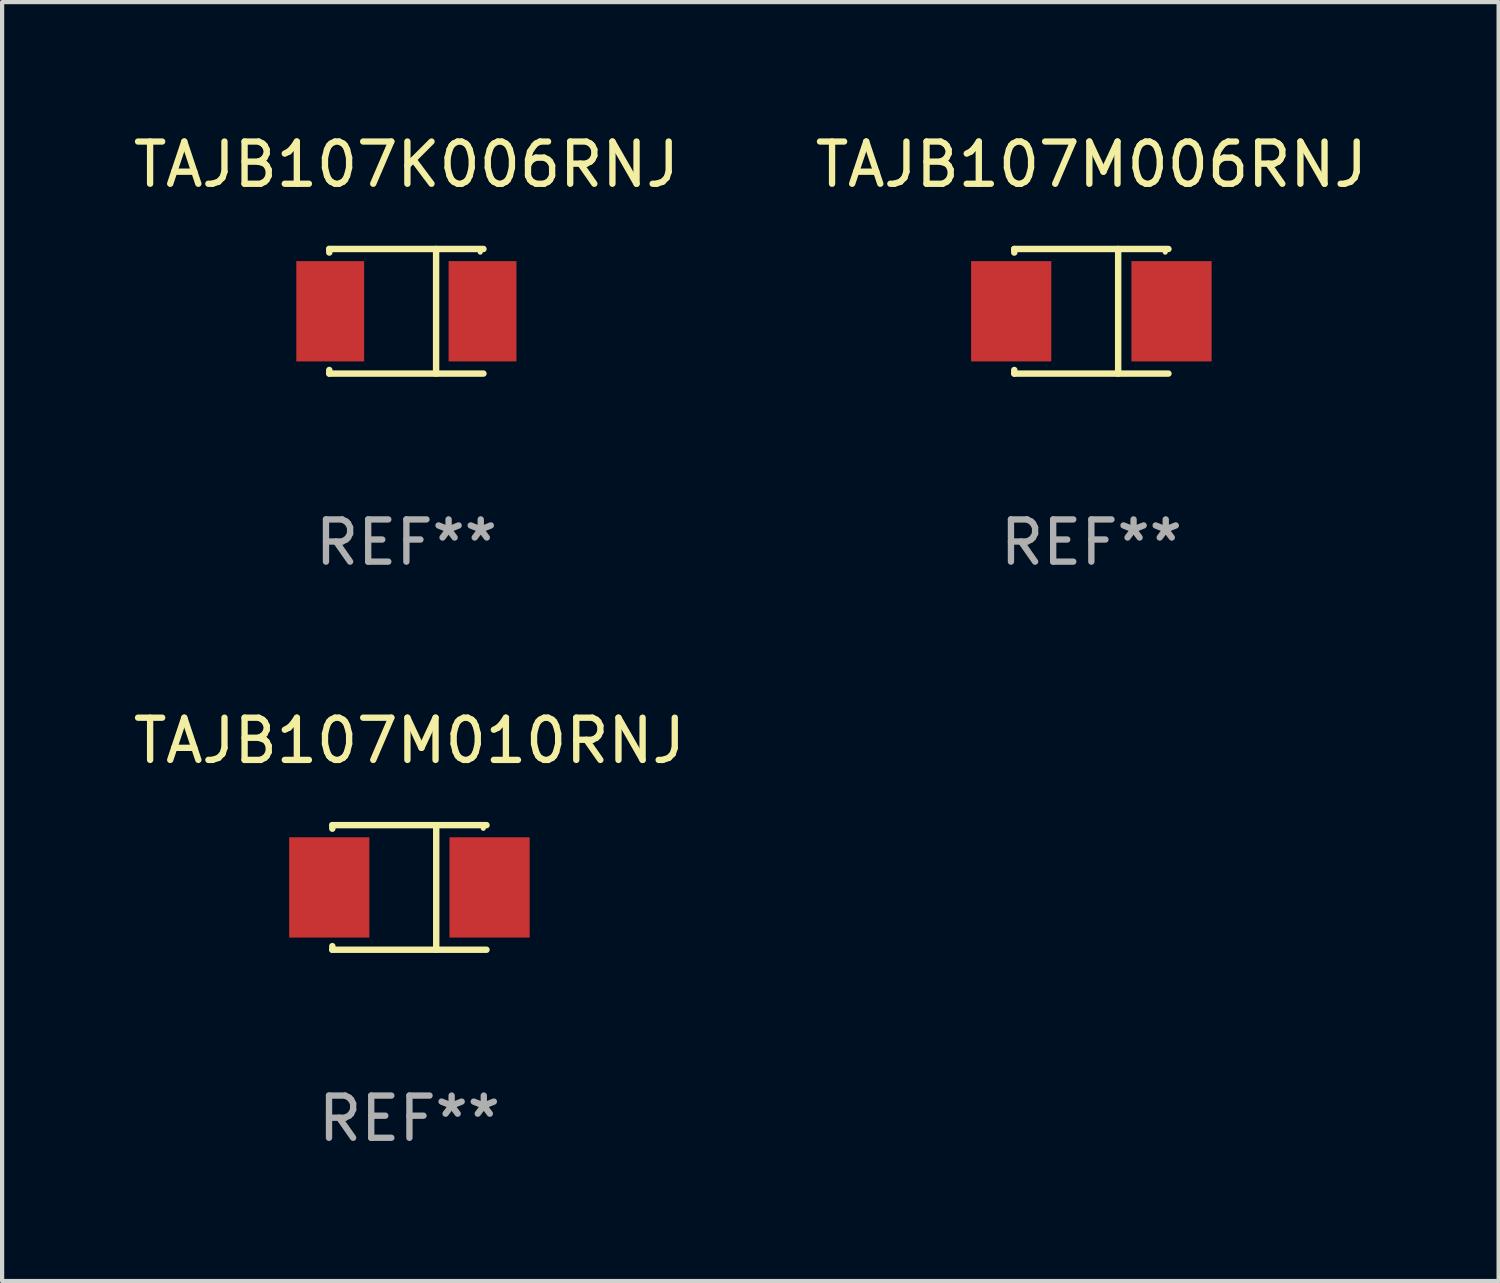
<source format=kicad_pcb>
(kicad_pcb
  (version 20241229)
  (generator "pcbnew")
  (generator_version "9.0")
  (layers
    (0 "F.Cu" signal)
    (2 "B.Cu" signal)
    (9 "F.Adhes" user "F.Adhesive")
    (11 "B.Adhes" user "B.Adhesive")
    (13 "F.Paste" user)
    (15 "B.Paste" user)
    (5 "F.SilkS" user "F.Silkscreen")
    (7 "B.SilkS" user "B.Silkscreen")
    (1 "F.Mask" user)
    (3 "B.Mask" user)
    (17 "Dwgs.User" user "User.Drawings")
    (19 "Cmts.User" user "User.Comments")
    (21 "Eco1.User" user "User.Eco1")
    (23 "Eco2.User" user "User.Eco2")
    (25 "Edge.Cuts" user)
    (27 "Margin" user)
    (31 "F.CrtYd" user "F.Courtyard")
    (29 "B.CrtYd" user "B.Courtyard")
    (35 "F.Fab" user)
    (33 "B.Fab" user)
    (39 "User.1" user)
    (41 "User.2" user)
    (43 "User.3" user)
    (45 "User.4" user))
  (footprint "TAJB107K006RNJ"
    (layer "F.Cu")
    (at 6.577 4.324)
    (property "Reference" "TAJB107K006RNJ" (at 0 -3.476 0) (layer "F.SilkS") (effects (font (size 1 1) (thickness 0.15))))
    (attr through_hole)
    (fp_line (start -1.826 -1.476) (end -1.826 -1.391) (stroke (width 0.152) (type solid)) (layer "F.SilkS"))
    (fp_line (start -1.826 -1.476) (end 1.826 -1.476) (stroke (width 0.152) (type solid)) (layer "F.SilkS"))
    (fp_line (start -1.826 1.476) (end -1.826 1.391) (stroke (width 0.152) (type solid)) (layer "F.SilkS"))
    (fp_line (start -1.826 1.476) (end 1.826 1.476) (stroke (width 0.152) (type solid)) (layer "F.SilkS"))
    (fp_line (start 0.704 -1.476) (end 0.704 1.476) (stroke (width 0.152) (type solid)) (layer "F.SilkS"))
    (fp_circle (center 1.75 -1.4) (end 1.78 -1.4) (stroke (width 0.06) (type solid)) (fill no) (layer "F.SilkS"))
    (fp_text user "REF**" (at 0 5.476 0) (layer "F.Fab") (effects (font (size 1 1) (thickness 0.15))))
    (pad "1" smd rect (at 1.804 0) (size 1.607 2.376) (layers "F.Cu" "F.Mask" "F.Paste"))
    (pad "2" smd rect (at -1.804 0) (size 1.607 2.376) (layers "F.Cu" "F.Mask" "F.Paste")))
  (footprint "TAJB107M010RNJ"
    (layer "F.Cu")
    (at 6.649 17.973)
    (property "Reference" "TAJB107M010RNJ" (at 0 -3.476 0) (layer "F.SilkS") (effects (font (size 1 1) (thickness 0.15))))
    (attr through_hole)
    (fp_line (start -1.826 -1.476) (end -1.826 -1.391) (stroke (width 0.152) (type solid)) (layer "F.SilkS"))
    (fp_line (start -1.826 -1.476) (end 1.826 -1.476) (stroke (width 0.152) (type solid)) (layer "F.SilkS"))
    (fp_line (start -1.826 1.476) (end -1.826 1.391) (stroke (width 0.152) (type solid)) (layer "F.SilkS"))
    (fp_line (start -1.826 1.476) (end 1.826 1.476) (stroke (width 0.152) (type solid)) (layer "F.SilkS"))
    (fp_line (start 0.635 -1.476) (end 0.635 1.476) (stroke (width 0.152) (type solid)) (layer "F.SilkS"))
    (fp_circle (center 1.75 -1.4) (end 1.78 -1.4) (stroke (width 0.06) (type solid)) (fill no) (layer "F.SilkS"))
    (fp_text user "REF**" (at 0 5.476 0) (layer "F.Fab") (effects (font (size 1 1) (thickness 0.15))))
    (pad "1" smd rect (at 1.899 0) (size 1.9 2.376) (layers "F.Cu" "F.Mask" "F.Paste"))
    (pad "2" smd rect (at -1.899 0) (size 1.9 2.376) (layers "F.Cu" "F.Mask" "F.Paste")))
  (footprint "TAJB107M006RNJ"
    (layer "F.Cu")
    (at 22.804 4.324)
    (property "Reference" "TAJB107M006RNJ" (at 0 -3.476 0) (layer "F.SilkS") (effects (font (size 1 1) (thickness 0.15))))
    (attr through_hole)
    (fp_line (start -1.826 -1.476) (end -1.826 -1.391) (stroke (width 0.152) (type solid)) (layer "F.SilkS"))
    (fp_line (start -1.826 -1.476) (end 1.826 -1.476) (stroke (width 0.152) (type solid)) (layer "F.SilkS"))
    (fp_line (start -1.826 1.476) (end -1.826 1.391) (stroke (width 0.152) (type solid)) (layer "F.SilkS"))
    (fp_line (start -1.826 1.476) (end 1.826 1.476) (stroke (width 0.152) (type solid)) (layer "F.SilkS"))
    (fp_line (start 0.635 -1.476) (end 0.635 1.476) (stroke (width 0.152) (type solid)) (layer "F.SilkS"))
    (fp_circle (center 1.75 -1.4) (end 1.78 -1.4) (stroke (width 0.06) (type solid)) (fill no) (layer "F.SilkS"))
    (fp_text user "REF**" (at 0 5.476 0) (layer "F.Fab") (effects (font (size 1 1) (thickness 0.15))))
    (pad "1" smd rect (at 1.899 0) (size 1.9 2.376) (layers "F.Cu" "F.Mask" "F.Paste"))
    (pad "2" smd rect (at -1.899 0) (size 1.9 2.376) (layers "F.Cu" "F.Mask" "F.Paste")))
  (gr_rect
    (start -3 -3)
    (end 32.452 27.298)
    (stroke (width 0.1) (type default))
    (fill no)
    (layer "Edge.Cuts")))
</source>
